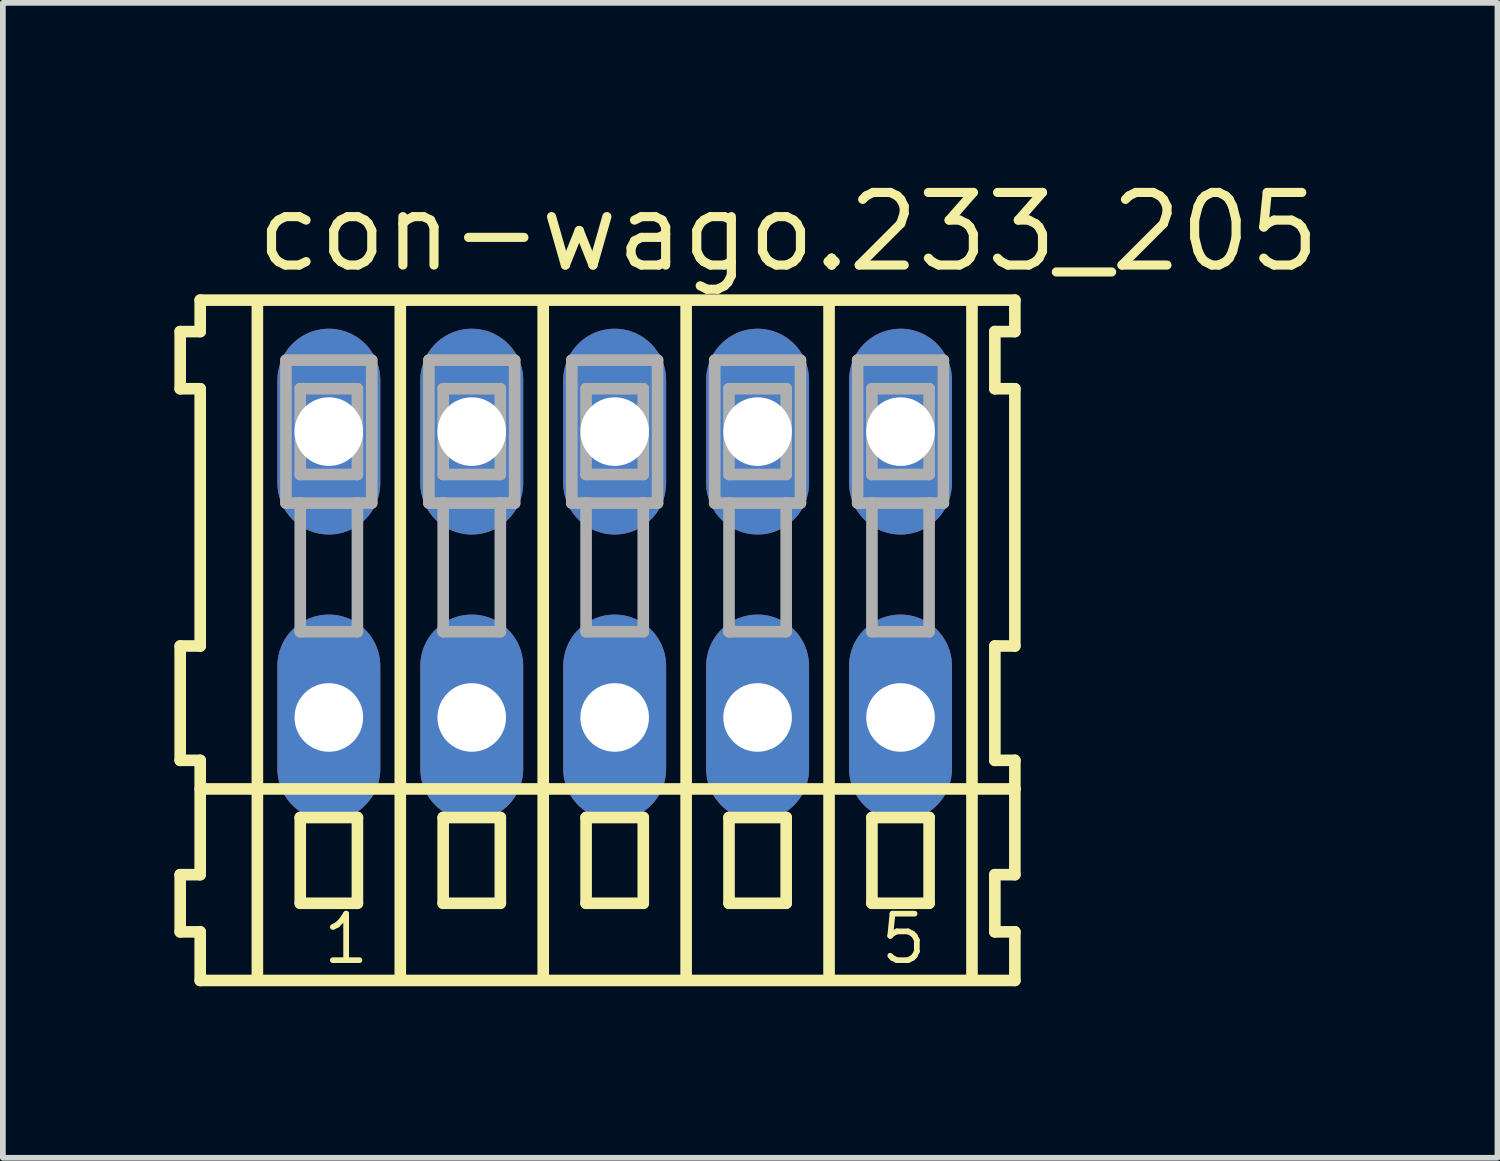
<source format=kicad_pcb>
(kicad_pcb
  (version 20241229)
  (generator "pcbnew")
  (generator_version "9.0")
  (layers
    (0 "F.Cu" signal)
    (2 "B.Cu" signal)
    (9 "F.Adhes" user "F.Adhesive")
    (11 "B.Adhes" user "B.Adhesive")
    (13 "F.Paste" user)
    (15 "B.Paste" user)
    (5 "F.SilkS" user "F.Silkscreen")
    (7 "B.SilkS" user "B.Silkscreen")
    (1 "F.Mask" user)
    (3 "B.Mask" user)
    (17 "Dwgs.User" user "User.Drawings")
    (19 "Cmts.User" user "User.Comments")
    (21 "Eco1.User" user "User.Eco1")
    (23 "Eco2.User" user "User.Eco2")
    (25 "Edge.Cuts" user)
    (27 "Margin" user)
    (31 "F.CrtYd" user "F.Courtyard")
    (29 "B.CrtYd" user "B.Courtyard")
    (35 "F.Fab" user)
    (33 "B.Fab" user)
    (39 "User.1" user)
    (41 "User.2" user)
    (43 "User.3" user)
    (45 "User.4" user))
  (footprint "con-wago.233_205"
    (layer "F.Cu")
    (at 7.702 7)
    (property "Reference" "con-wago.233_205" (at -6.35 -5.25 0) (layer "F.SilkS") (effects (font (size 1.27 1.27) (thickness 0.16)) (justify left bottom)))
    (attr through_hole)
    (fp_line (start -7.6 -4.25) (end -7.6 -3.25) (stroke (width 0.203) (type default)) (layer "F.SilkS"))
    (fp_line (start -7.6 -3.25) (end -7.25 -3.25) (stroke (width 0.203) (type default)) (layer "F.SilkS"))
    (fp_line (start -7.6 1.25) (end -7.6 3.25) (stroke (width 0.203) (type default)) (layer "F.SilkS"))
    (fp_line (start -7.6 3.25) (end -7.25 3.25) (stroke (width 0.203) (type default)) (layer "F.SilkS"))
    (fp_line (start -7.6 5.25) (end -7.6 6.25) (stroke (width 0.203) (type default)) (layer "F.SilkS"))
    (fp_line (start -7.6 6.25) (end -7.25 6.25) (stroke (width 0.203) (type default)) (layer "F.SilkS"))
    (fp_line (start -7.25 -4.8) (end -7.25 -4.25) (stroke (width 0.203) (type default)) (layer "F.SilkS"))
    (fp_line (start -7.25 -4.25) (end -7.6 -4.25) (stroke (width 0.203) (type default)) (layer "F.SilkS"))
    (fp_line (start -7.25 -3.25) (end -7.25 1.25) (stroke (width 0.203) (type default)) (layer "F.SilkS"))
    (fp_line (start -7.25 1.25) (end -7.6 1.25) (stroke (width 0.203) (type default)) (layer "F.SilkS"))
    (fp_line (start -7.25 3.25) (end -7.25 5.25) (stroke (width 0.203) (type default)) (layer "F.SilkS"))
    (fp_line (start -7.25 3.75) (end 7 3.75) (stroke (width 0.203) (type default)) (layer "F.SilkS"))
    (fp_line (start -7.25 5.25) (end -7.6 5.25) (stroke (width 0.203) (type default)) (layer "F.SilkS"))
    (fp_line (start -7.25 6.25) (end -7.25 7.1) (stroke (width 0.203) (type default)) (layer "F.SilkS"))
    (fp_line (start -7.25 7.1) (end 7 7.1) (stroke (width 0.203) (type default)) (layer "F.SilkS"))
    (fp_line (start -6.25 -4.75) (end -6.25 7) (stroke (width 0.203) (type default)) (layer "F.SilkS"))
    (fp_line (start -5.5 4.25) (end -5.5 5.75) (stroke (width 0.203) (type default)) (layer "F.SilkS"))
    (fp_line (start -5.5 5.75) (end -4.5 5.75) (stroke (width 0.203) (type default)) (layer "F.SilkS"))
    (fp_line (start -4.5 4.25) (end -5.5 4.25) (stroke (width 0.203) (type default)) (layer "F.SilkS"))
    (fp_line (start -4.5 5.75) (end -4.5 4.25) (stroke (width 0.203) (type default)) (layer "F.SilkS"))
    (fp_line (start -3.75 -4.75) (end -3.75 7) (stroke (width 0.203) (type default)) (layer "F.SilkS"))
    (fp_line (start -3 4.25) (end -3 5.75) (stroke (width 0.203) (type default)) (layer "F.SilkS"))
    (fp_line (start -3 5.75) (end -2 5.75) (stroke (width 0.203) (type default)) (layer "F.SilkS"))
    (fp_line (start -2 4.25) (end -3 4.25) (stroke (width 0.203) (type default)) (layer "F.SilkS"))
    (fp_line (start -2 5.75) (end -2 4.25) (stroke (width 0.203) (type default)) (layer "F.SilkS"))
    (fp_line (start -1.25 -4.75) (end -1.25 7) (stroke (width 0.203) (type default)) (layer "F.SilkS"))
    (fp_line (start -0.5 4.25) (end -0.5 5.75) (stroke (width 0.203) (type default)) (layer "F.SilkS"))
    (fp_line (start -0.5 5.75) (end 0.5 5.75) (stroke (width 0.203) (type default)) (layer "F.SilkS"))
    (fp_line (start 0.5 4.25) (end -0.5 4.25) (stroke (width 0.203) (type default)) (layer "F.SilkS"))
    (fp_line (start 0.5 5.75) (end 0.5 4.25) (stroke (width 0.203) (type default)) (layer "F.SilkS"))
    (fp_line (start 1.25 -4.75) (end 1.25 7) (stroke (width 0.203) (type default)) (layer "F.SilkS"))
    (fp_line (start 2 4.25) (end 2 5.75) (stroke (width 0.203) (type default)) (layer "F.SilkS"))
    (fp_line (start 2 5.75) (end 3 5.75) (stroke (width 0.203) (type default)) (layer "F.SilkS"))
    (fp_line (start 3 4.25) (end 2 4.25) (stroke (width 0.203) (type default)) (layer "F.SilkS"))
    (fp_line (start 3 5.75) (end 3 4.25) (stroke (width 0.203) (type default)) (layer "F.SilkS"))
    (fp_line (start 3.75 -4.75) (end 3.75 7) (stroke (width 0.203) (type default)) (layer "F.SilkS"))
    (fp_line (start 4.5 4.25) (end 4.5 5.75) (stroke (width 0.203) (type default)) (layer "F.SilkS"))
    (fp_line (start 4.5 5.75) (end 5.5 5.75) (stroke (width 0.203) (type default)) (layer "F.SilkS"))
    (fp_line (start 5.5 4.25) (end 4.5 4.25) (stroke (width 0.203) (type default)) (layer "F.SilkS"))
    (fp_line (start 5.5 5.75) (end 5.5 4.25) (stroke (width 0.203) (type default)) (layer "F.SilkS"))
    (fp_line (start 6.25 -4.75) (end 6.25 7) (stroke (width 0.203) (type default)) (layer "F.SilkS"))
    (fp_line (start 6.65 -4.25) (end 6.65 -3.25) (stroke (width 0.203) (type default)) (layer "F.SilkS"))
    (fp_line (start 6.65 -3.25) (end 7 -3.25) (stroke (width 0.203) (type default)) (layer "F.SilkS"))
    (fp_line (start 6.65 1.25) (end 6.65 3.25) (stroke (width 0.203) (type default)) (layer "F.SilkS"))
    (fp_line (start 6.65 3.25) (end 7 3.25) (stroke (width 0.203) (type default)) (layer "F.SilkS"))
    (fp_line (start 6.65 5.25) (end 6.65 6.25) (stroke (width 0.203) (type default)) (layer "F.SilkS"))
    (fp_line (start 6.65 6.25) (end 7 6.25) (stroke (width 0.203) (type default)) (layer "F.SilkS"))
    (fp_line (start 7 -4.8) (end -7.25 -4.8) (stroke (width 0.203) (type default)) (layer "F.SilkS"))
    (fp_line (start 7 -4.25) (end 6.65 -4.25) (stroke (width 0.203) (type default)) (layer "F.SilkS"))
    (fp_line (start 7 -4.25) (end 7 -4.8) (stroke (width 0.203) (type default)) (layer "F.SilkS"))
    (fp_line (start 7 1.25) (end 6.65 1.25) (stroke (width 0.203) (type default)) (layer "F.SilkS"))
    (fp_line (start 7 1.25) (end 7 -3.25) (stroke (width 0.203) (type default)) (layer "F.SilkS"))
    (fp_line (start 7 3.75) (end 7 3.25) (stroke (width 0.203) (type default)) (layer "F.SilkS"))
    (fp_line (start 7 5.25) (end 6.65 5.25) (stroke (width 0.203) (type default)) (layer "F.SilkS"))
    (fp_line (start 7 5.25) (end 7 3.75) (stroke (width 0.203) (type default)) (layer "F.SilkS"))
    (fp_line (start 7 7.1) (end 7 6.25) (stroke (width 0.203) (type default)) (layer "F.SilkS"))
    (fp_line (start -5.75 -3.75) (end -5.75 -1.25) (stroke (width 0.203) (type default)) (layer "F.Fab"))
    (fp_line (start -5.75 -1.25) (end -5.5 -1.25) (stroke (width 0.203) (type default)) (layer "F.Fab"))
    (fp_line (start -5.5 -3.25) (end -5.5 -1.75) (stroke (width 0.203) (type default)) (layer "F.Fab"))
    (fp_line (start -5.5 -1.75) (end -4.5 -1.75) (stroke (width 0.203) (type default)) (layer "F.Fab"))
    (fp_line (start -5.5 -1.25) (end -5.5 1) (stroke (width 0.203) (type default)) (layer "F.Fab"))
    (fp_line (start -5.5 -1.25) (end -4.5 -1.25) (stroke (width 0.203) (type default)) (layer "F.Fab"))
    (fp_line (start -5.5 1) (end -4.5 1) (stroke (width 0.203) (type default)) (layer "F.Fab"))
    (fp_line (start -4.5 -3.25) (end -5.5 -3.25) (stroke (width 0.203) (type default)) (layer "F.Fab"))
    (fp_line (start -4.5 -1.75) (end -4.5 -3.25) (stroke (width 0.203) (type default)) (layer "F.Fab"))
    (fp_line (start -4.5 -1.25) (end -4.25 -1.25) (stroke (width 0.203) (type default)) (layer "F.Fab"))
    (fp_line (start -4.5 1) (end -4.5 -1.25) (stroke (width 0.203) (type default)) (layer "F.Fab"))
    (fp_line (start -4.25 -3.75) (end -5.75 -3.75) (stroke (width 0.203) (type default)) (layer "F.Fab"))
    (fp_line (start -4.25 -1.25) (end -4.25 -3.75) (stroke (width 0.203) (type default)) (layer "F.Fab"))
    (fp_line (start -3.25 -3.75) (end -3.25 -1.25) (stroke (width 0.203) (type default)) (layer "F.Fab"))
    (fp_line (start -3.25 -1.25) (end -3 -1.25) (stroke (width 0.203) (type default)) (layer "F.Fab"))
    (fp_line (start -3 -3.25) (end -3 -1.75) (stroke (width 0.203) (type default)) (layer "F.Fab"))
    (fp_line (start -3 -1.75) (end -2 -1.75) (stroke (width 0.203) (type default)) (layer "F.Fab"))
    (fp_line (start -3 -1.25) (end -3 1) (stroke (width 0.203) (type default)) (layer "F.Fab"))
    (fp_line (start -3 -1.25) (end -2 -1.25) (stroke (width 0.203) (type default)) (layer "F.Fab"))
    (fp_line (start -3 1) (end -2 1) (stroke (width 0.203) (type default)) (layer "F.Fab"))
    (fp_line (start -2 -3.25) (end -3 -3.25) (stroke (width 0.203) (type default)) (layer "F.Fab"))
    (fp_line (start -2 -1.75) (end -2 -3.25) (stroke (width 0.203) (type default)) (layer "F.Fab"))
    (fp_line (start -2 -1.25) (end -1.75 -1.25) (stroke (width 0.203) (type default)) (layer "F.Fab"))
    (fp_line (start -2 1) (end -2 -1.25) (stroke (width 0.203) (type default)) (layer "F.Fab"))
    (fp_line (start -1.75 -3.75) (end -3.25 -3.75) (stroke (width 0.203) (type default)) (layer "F.Fab"))
    (fp_line (start -1.75 -1.25) (end -1.75 -3.75) (stroke (width 0.203) (type default)) (layer "F.Fab"))
    (fp_line (start -0.75 -3.75) (end -0.75 -1.25) (stroke (width 0.203) (type default)) (layer "F.Fab"))
    (fp_line (start -0.75 -1.25) (end -0.5 -1.25) (stroke (width 0.203) (type default)) (layer "F.Fab"))
    (fp_line (start -0.5 -3.25) (end -0.5 -1.75) (stroke (width 0.203) (type default)) (layer "F.Fab"))
    (fp_line (start -0.5 -1.75) (end 0.5 -1.75) (stroke (width 0.203) (type default)) (layer "F.Fab"))
    (fp_line (start -0.5 -1.25) (end -0.5 1) (stroke (width 0.203) (type default)) (layer "F.Fab"))
    (fp_line (start -0.5 -1.25) (end 0.5 -1.25) (stroke (width 0.203) (type default)) (layer "F.Fab"))
    (fp_line (start -0.5 1) (end 0.5 1) (stroke (width 0.203) (type default)) (layer "F.Fab"))
    (fp_line (start 0.5 -3.25) (end -0.5 -3.25) (stroke (width 0.203) (type default)) (layer "F.Fab"))
    (fp_line (start 0.5 -1.75) (end 0.5 -3.25) (stroke (width 0.203) (type default)) (layer "F.Fab"))
    (fp_line (start 0.5 -1.25) (end 0.75 -1.25) (stroke (width 0.203) (type default)) (layer "F.Fab"))
    (fp_line (start 0.5 1) (end 0.5 -1.25) (stroke (width 0.203) (type default)) (layer "F.Fab"))
    (fp_line (start 0.75 -3.75) (end -0.75 -3.75) (stroke (width 0.203) (type default)) (layer "F.Fab"))
    (fp_line (start 0.75 -1.25) (end 0.75 -3.75) (stroke (width 0.203) (type default)) (layer "F.Fab"))
    (fp_line (start 1.75 -3.75) (end 1.75 -1.25) (stroke (width 0.203) (type default)) (layer "F.Fab"))
    (fp_line (start 1.75 -1.25) (end 2 -1.25) (stroke (width 0.203) (type default)) (layer "F.Fab"))
    (fp_line (start 2 -3.25) (end 2 -1.75) (stroke (width 0.203) (type default)) (layer "F.Fab"))
    (fp_line (start 2 -1.75) (end 3 -1.75) (stroke (width 0.203) (type default)) (layer "F.Fab"))
    (fp_line (start 2 -1.25) (end 2 1) (stroke (width 0.203) (type default)) (layer "F.Fab"))
    (fp_line (start 2 -1.25) (end 3 -1.25) (stroke (width 0.203) (type default)) (layer "F.Fab"))
    (fp_line (start 2 1) (end 3 1) (stroke (width 0.203) (type default)) (layer "F.Fab"))
    (fp_line (start 3 -3.25) (end 2 -3.25) (stroke (width 0.203) (type default)) (layer "F.Fab"))
    (fp_line (start 3 -1.75) (end 3 -3.25) (stroke (width 0.203) (type default)) (layer "F.Fab"))
    (fp_line (start 3 -1.25) (end 3.25 -1.25) (stroke (width 0.203) (type default)) (layer "F.Fab"))
    (fp_line (start 3 1) (end 3 -1.25) (stroke (width 0.203) (type default)) (layer "F.Fab"))
    (fp_line (start 3.25 -3.75) (end 1.75 -3.75) (stroke (width 0.203) (type default)) (layer "F.Fab"))
    (fp_line (start 3.25 -1.25) (end 3.25 -3.75) (stroke (width 0.203) (type default)) (layer "F.Fab"))
    (fp_line (start 4.25 -3.75) (end 4.25 -1.25) (stroke (width 0.203) (type default)) (layer "F.Fab"))
    (fp_line (start 4.25 -1.25) (end 4.5 -1.25) (stroke (width 0.203) (type default)) (layer "F.Fab"))
    (fp_line (start 4.5 -3.25) (end 4.5 -1.75) (stroke (width 0.203) (type default)) (layer "F.Fab"))
    (fp_line (start 4.5 -1.75) (end 5.5 -1.75) (stroke (width 0.203) (type default)) (layer "F.Fab"))
    (fp_line (start 4.5 -1.25) (end 4.5 1) (stroke (width 0.203) (type default)) (layer "F.Fab"))
    (fp_line (start 4.5 -1.25) (end 5.5 -1.25) (stroke (width 0.203) (type default)) (layer "F.Fab"))
    (fp_line (start 4.5 1) (end 5.5 1) (stroke (width 0.203) (type default)) (layer "F.Fab"))
    (fp_line (start 5.5 -3.25) (end 4.5 -3.25) (stroke (width 0.203) (type default)) (layer "F.Fab"))
    (fp_line (start 5.5 -1.75) (end 5.5 -3.25) (stroke (width 0.203) (type default)) (layer "F.Fab"))
    (fp_line (start 5.5 -1.25) (end 5.75 -1.25) (stroke (width 0.203) (type default)) (layer "F.Fab"))
    (fp_line (start 5.5 1) (end 5.5 -1.25) (stroke (width 0.203) (type default)) (layer "F.Fab"))
    (fp_line (start 5.75 -3.75) (end 4.25 -3.75) (stroke (width 0.203) (type default)) (layer "F.Fab"))
    (fp_line (start 5.75 -1.25) (end 5.75 -3.75) (stroke (width 0.203) (type default)) (layer "F.Fab"))
    (fp_text user "1" (at -5.15 6.85 0) (layer "F.SilkS") (effects (font (size 0.813 0.813) (thickness 0.1)) (justify left bottom)))
    (fp_text user "5" (at 4.6 6.85 0) (layer "F.SilkS") (effects (font (size 0.813 0.813) (thickness 0.1)) (justify left bottom)))
    (pad "A1" thru_hole oval (at -5 -2.5 90) (size 3.6 1.8) (drill 1.2) (layers "*.Cu" "*.Mask"))
    (pad "A2" thru_hole oval (at -2.5 -2.5 90) (size 3.6 1.8) (drill 1.2) (layers "*.Cu" "*.Mask"))
    (pad "A3" thru_hole oval (at 0 -2.5 90) (size 3.6 1.8) (drill 1.2) (layers "*.Cu" "*.Mask"))
    (pad "A4" thru_hole oval (at 2.5 -2.5 90) (size 3.6 1.8) (drill 1.2) (layers "*.Cu" "*.Mask"))
    (pad "A5" thru_hole oval (at 5 -2.5 90) (size 3.6 1.8) (drill 1.2) (layers "*.Cu" "*.Mask"))
    (pad "B1" thru_hole oval (at -5 2.5 90) (size 3.6 1.8) (drill 1.2) (layers "*.Cu" "*.Mask"))
    (pad "B2" thru_hole oval (at -2.5 2.5 90) (size 3.6 1.8) (drill 1.2) (layers "*.Cu" "*.Mask"))
    (pad "B3" thru_hole oval (at 0 2.5 90) (size 3.6 1.8) (drill 1.2) (layers "*.Cu" "*.Mask"))
    (pad "B4" thru_hole oval (at 2.5 2.5 90) (size 3.6 1.8) (drill 1.2) (layers "*.Cu" "*.Mask"))
    (pad "B5" thru_hole oval (at 5 2.5 90) (size 3.6 1.8) (drill 1.2) (layers "*.Cu" "*.Mask")))
  (gr_rect
    (start -3 -3)
    (end 23.144 17.202)
    (stroke (width 0.1) (type default))
    (fill no)
    (layer "Edge.Cuts")))
</source>
